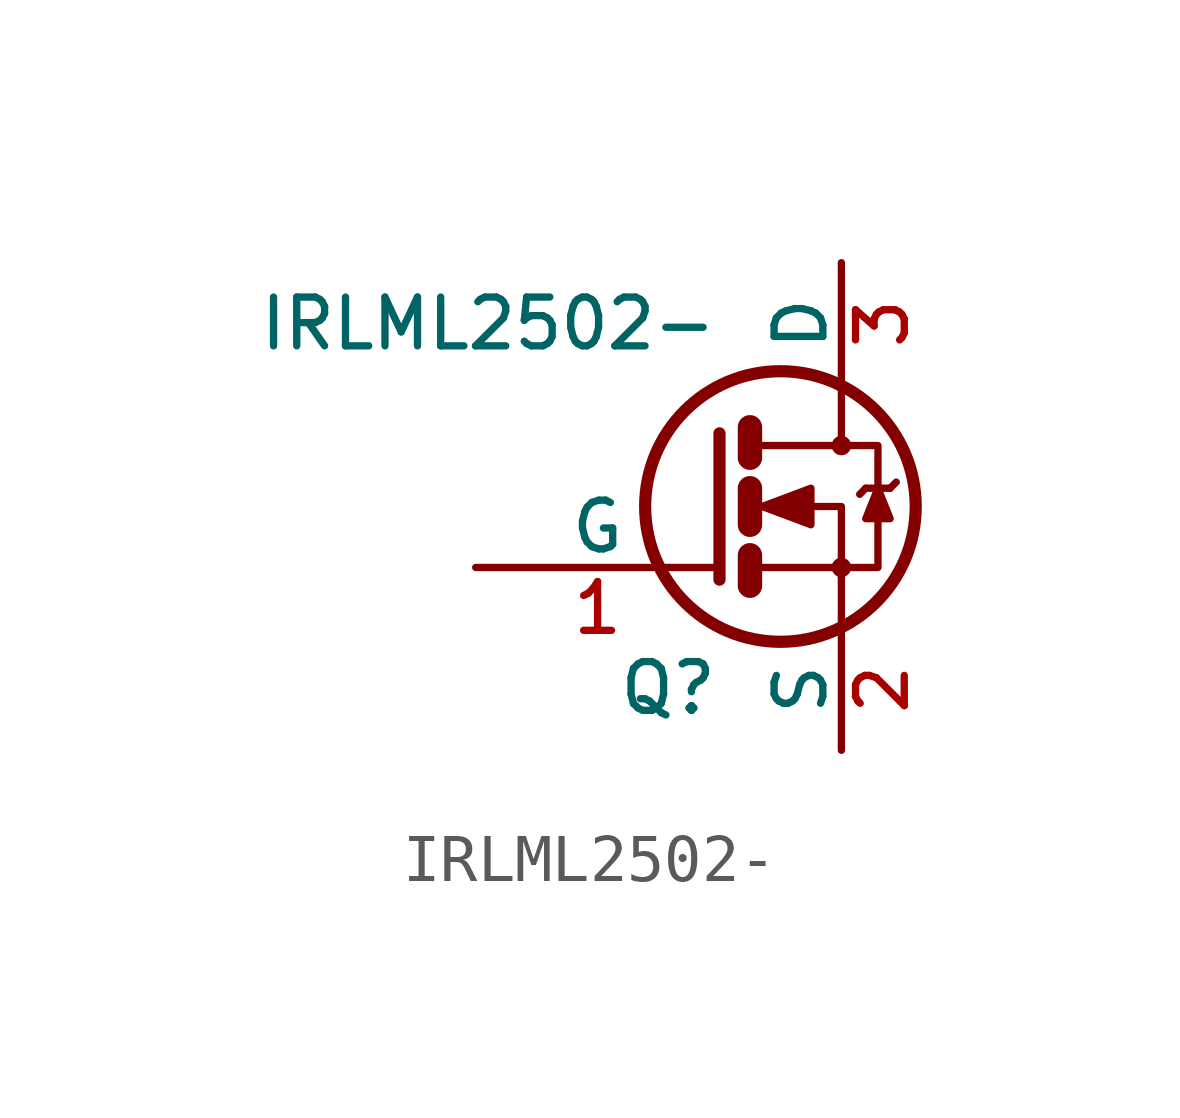
<source format=kicad_sym>
(kicad_symbol_lib
  (version 20231120)
  (generator "kicad_symbol_editor")
  (generator_version "8.0")
  (symbol "IRLML2502-"
    (pin_names
      (offset 0))
    (property "Reference" "Q"
      (at 0 -3.785 0)
      (effects (font (size 1.016 1.016)) (justify right)))
    (property "Value" "IRLML2502-"
      (at 0 3.81 0)
      (effects (font (size 1.016 1.016)) (justify right)))
    (property "Datasheet" ""
      (at 0 0 0)
      (effects (font (size 1.524 1.524))))
    (symbol "IRLML2502-_0_1"
      (polyline (pts (xy 0.635 -1.016) (xy 0.635 -1.651)) (stroke (width 0.508) (type solid)) (fill (type none)))
      (polyline (pts (xy 0.635 0.381) (xy 0.635 -0.381)) (stroke (width 0.508) (type solid)) (fill (type none)))
      (polyline (pts (xy 0.635 1.651) (xy 0.635 1.016)) (stroke (width 0.508) (type solid)) (fill (type none)))
      (polyline (pts (xy 3.048 0.381) (xy 2.921 0.254)) (stroke (width 0) (type solid)) (fill (type none)))
      (polyline (pts (xy 3.048 0.381) (xy 3.556 0.381)) (stroke (width 0) (type solid)) (fill (type none)))
      (polyline (pts (xy 3.556 0.381) (xy 3.683 0.508)) (stroke (width 0) (type solid)) (fill (type none)))
      (polyline (pts (xy 0 1.524) (xy 0 -1.524) (xy 0 -1.524)) (stroke (width 0.254) (type solid)) (fill (type none)))
      (polyline (pts (xy 0.762 -1.27) (xy 2.54 -1.27) (xy 2.54 -2.54) (xy 2.54 -2.54)) (stroke (width 0) (type solid)) (fill (type none)))
      (polyline (pts (xy 0.762 1.27) (xy 2.54 1.27) (xy 2.54 2.54) (xy 2.54 2.54)) (stroke (width 0) (type solid)) (fill (type none)))
      (polyline (pts (xy 2.54 1.27) (xy 3.302 1.27) (xy 3.302 -1.27) (xy 2.54 -1.27)) (stroke (width 0) (type solid)) (fill (type none)))
      (polyline (pts (xy 3.302 0.381) (xy 3.048 -0.254) (xy 3.556 -0.254) (xy 3.302 0.381)) (stroke (width 0) (type solid)) (fill (type outline)))
      (polyline (pts (xy 0.762 0) (xy 1.27 0) (xy 2.54 0) (xy 2.54 -1.27) (xy 2.54 -1.27)) (stroke (width 0) (type solid)) (fill (type none)))
      (polyline (pts (xy 0.889 0) (xy 1.905 0.381) (xy 1.905 -0.381) (xy 0.889 0) (xy 1.016 0) (xy 1.016 0)) (stroke (width 0) (type solid)) (fill (type outline)))
      (circle (center 1.27 0) (radius 2.819) (stroke (width 0.254) (type solid)) (fill (type none)))
      (circle (center 2.54 -1.27) (radius 0.127) (stroke (width 0) (type solid)) (fill (type none)))
      (circle (center 2.54 1.27) (radius 0.127) (stroke (width 0) (type solid)) (fill (type none))))
    (symbol "IRLML2502-_1_1"
      (pin input line (at -5.08 -1.27 0) (length 5.08) (name "G" (effects (font (size 1.016 1.016)))) (number "1" (effects (font (size 1.016 1.016)))))
      (pin passive line (at 2.54 -5.08 90) (length 2.54) (name "S" (effects (font (size 1.016 1.016)))) (number "2" (effects (font (size 1.016 1.016)))))
      (pin passive line (at 2.54 5.08 270) (length 2.54) (name "D" (effects (font (size 1.016 1.016)))) (number "3" (effects (font (size 1.016 1.016))))))))
</source>
